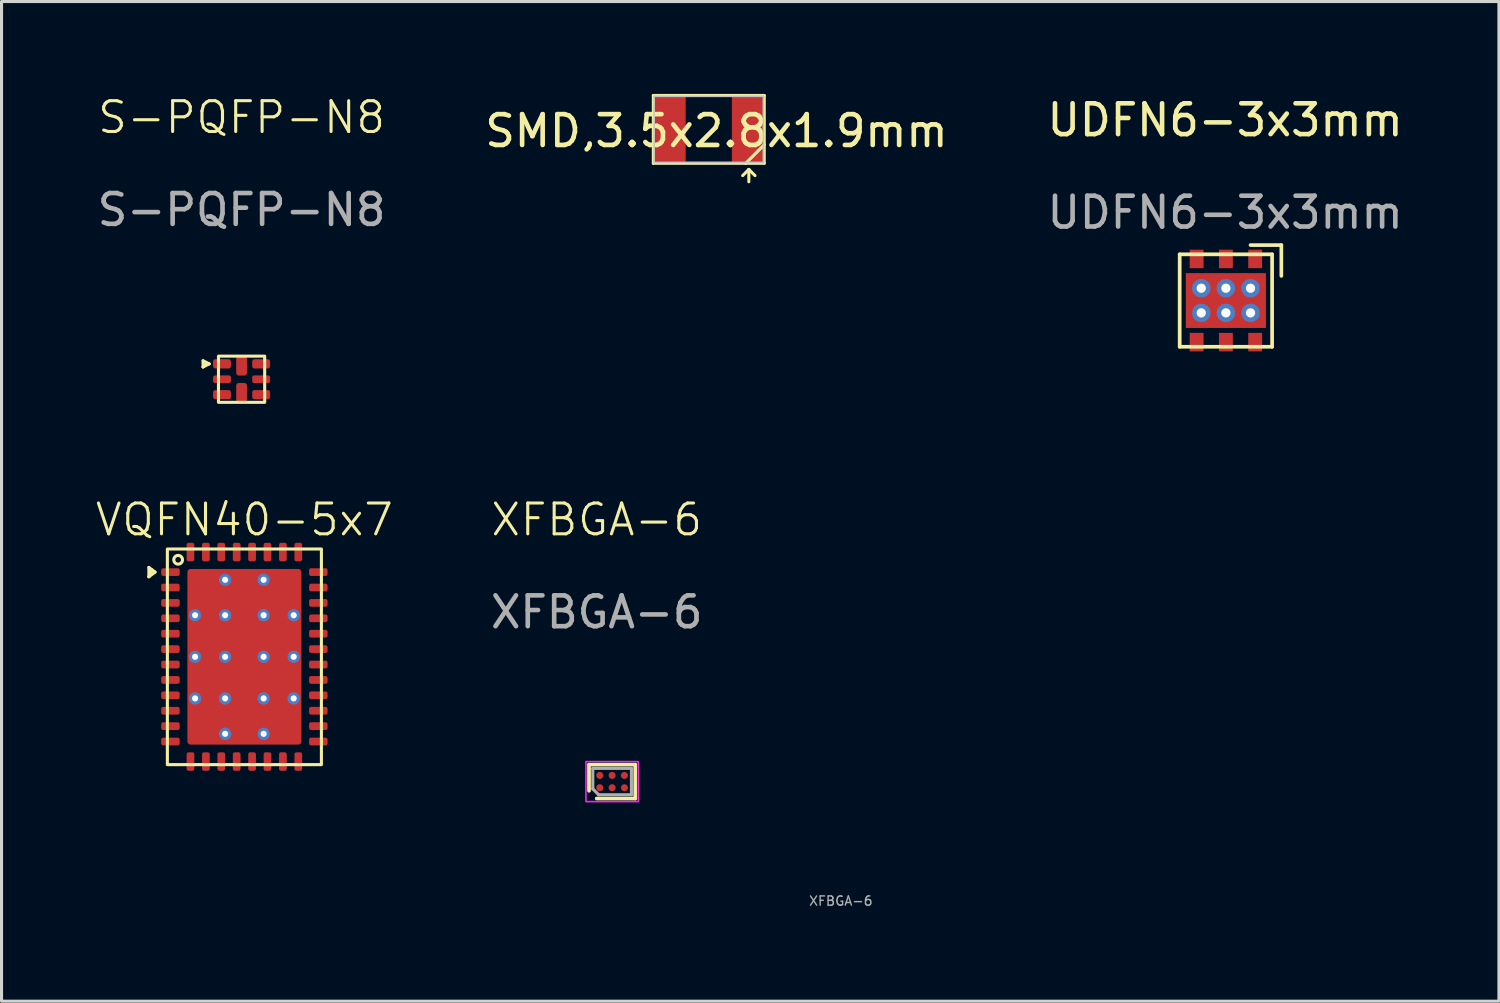
<source format=kicad_pcb>
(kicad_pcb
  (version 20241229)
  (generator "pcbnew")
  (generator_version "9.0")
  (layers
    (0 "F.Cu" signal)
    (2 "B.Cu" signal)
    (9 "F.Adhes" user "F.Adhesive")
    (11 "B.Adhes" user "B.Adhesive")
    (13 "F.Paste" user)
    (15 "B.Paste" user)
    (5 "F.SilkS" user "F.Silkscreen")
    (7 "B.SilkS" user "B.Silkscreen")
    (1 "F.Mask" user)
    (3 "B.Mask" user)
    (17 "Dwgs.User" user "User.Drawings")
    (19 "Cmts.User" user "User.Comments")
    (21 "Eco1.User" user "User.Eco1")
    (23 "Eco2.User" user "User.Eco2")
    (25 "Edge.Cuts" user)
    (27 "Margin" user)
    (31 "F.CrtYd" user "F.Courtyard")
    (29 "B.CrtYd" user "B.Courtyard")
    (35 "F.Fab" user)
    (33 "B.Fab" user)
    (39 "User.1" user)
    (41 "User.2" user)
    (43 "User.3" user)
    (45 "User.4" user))
  (footprint "UDFN6-3x3mm"
    (layer "F.Cu")
    (at 36.744 6.706)
    (property "Reference" "UDFN6-3x3mm" (at -0.024 -5.858 0) (unlocked yes) (layer "F.SilkS") (effects (font (size 1 1) (thickness 0.15))))
    (attr smd)
    (fp_line (start -1.5 -1.5) (end 1.5 -1.5) (stroke (width 0.12) (type solid)) (layer "F.SilkS"))
    (fp_line (start -1.5 1.5) (end -1.5 -1.5) (stroke (width 0.12) (type solid)) (layer "F.SilkS"))
    (fp_line (start 0.8 -1.8) (end 1.8 -1.8) (stroke (width 0.12) (type solid)) (layer "F.SilkS"))
    (fp_line (start 1.5 -1.5) (end 1.5 1.5) (stroke (width 0.12) (type solid)) (layer "F.SilkS"))
    (fp_line (start 1.5 1.5) (end -1.5 1.5) (stroke (width 0.12) (type solid)) (layer "F.SilkS"))
    (fp_line (start 1.8 -1.8) (end 1.8 -0.8) (stroke (width 0.12) (type solid)) (layer "F.SilkS"))
    (fp_text user "${REFERENCE}" (at -0.024 -2.858 0) (unlocked yes) (layer "F.Fab") (effects (font (size 1 1) (thickness 0.15))))
    (pad "1" smd rect (at 0.95 -1.35) (size 0.45 0.6) (layers "F.Cu" "F.Mask" "F.Paste"))
    (pad "2" smd rect (at 0 -1.35) (size 0.45 0.6) (layers "F.Cu" "F.Mask" "F.Paste"))
    (pad "3" smd rect (at -0.95 -1.35) (size 0.45 0.6) (layers "F.Cu" "F.Mask" "F.Paste"))
    (pad "4" smd rect (at -0.95 1.35) (size 0.45 0.6) (layers "F.Cu" "F.Mask" "F.Paste"))
    (pad "5" smd rect (at 0 1.35) (size 0.45 0.6) (layers "F.Cu" "F.Mask" "F.Paste"))
    (pad "6" smd rect (at 0.95 1.35) (size 0.45 0.6) (layers "F.Cu" "F.Mask" "F.Paste"))
    (pad "7" thru_hole circle (at -0.8 -0.4) (size 0.6 0.6) (drill 0.3) (layers "*.Cu" "*.Mask"))
    (pad "7" thru_hole circle (at -0.8 0.4) (size 0.6 0.6) (drill 0.3) (layers "*.Cu" "*.Mask"))
    (pad "7" thru_hole circle (at 0 -0.4) (size 0.6 0.6) (drill 0.3) (layers "*.Cu" "*.Mask"))
    (pad "7" smd rect (at 0 0) (size 2.6 1.78) (layers "F.Cu" "F.Mask" "F.Paste"))
    (pad "7" thru_hole circle (at 0 0.4) (size 0.6 0.6) (drill 0.3) (layers "*.Cu" "*.Mask"))
    (pad "7" thru_hole circle (at 0.8 -0.4) (size 0.6 0.6) (drill 0.3) (layers "*.Cu" "*.Mask"))
    (pad "7" thru_hole circle (at 0.8 0.4) (size 0.6 0.6) (drill 0.3) (layers "*.Cu" "*.Mask")))
  (footprint "VQFN40-5x7"
    (layer "F.Cu")
    (at 4.883 18.271)
    (property "Reference" "VQFN40-5x7" (at 0 -4.45 0) (unlocked yes) (layer "F.SilkS") (effects (font (size 1 1) (thickness 0.1))))
    (attr smd)
    (fp_line (start -3.1 -2.9) (end -3.1 -2.6) (stroke (width 0.1) (type default)) (layer "F.SilkS"))
    (fp_line (start -3.1 -2.6) (end -3 -2.825) (stroke (width 0.1) (type default)) (layer "F.SilkS"))
    (fp_line (start -3.1 -2.6) (end -2.9 -2.75) (stroke (width 0.1) (type default)) (layer "F.SilkS"))
    (fp_line (start -2.9 -2.75) (end -3.1 -2.9) (stroke (width 0.1) (type default)) (layer "F.SilkS"))
    (fp_rect (start -2.5 -3.5) (end 2.5 3.5) (stroke (width 0.1) (type default)) (fill no) (layer "F.SilkS"))
    (fp_circle (center -2.15 -3.15) (end -2.05 -3.05) (stroke (width 0.1) (type default)) (fill no) (layer "F.SilkS"))
    (pad "1" smd roundrect (at -2.4 -2.75) (size 0.6 0.25) (layers "F.Cu" "F.Mask" "F.Paste") (roundrect_rratio 0.25))
    (pad "2" smd roundrect (at -2.4 -2.25) (size 0.6 0.25) (layers "F.Cu" "F.Mask" "F.Paste") (roundrect_rratio 0.25))
    (pad "3" smd roundrect (at -2.4 -1.75) (size 0.6 0.25) (layers "F.Cu" "F.Mask" "F.Paste") (roundrect_rratio 0.25))
    (pad "4" smd roundrect (at -2.4 -1.25) (size 0.6 0.25) (layers "F.Cu" "F.Mask" "F.Paste") (roundrect_rratio 0.25))
    (pad "5" smd roundrect (at -2.4 -0.75) (size 0.6 0.25) (layers "F.Cu" "F.Mask" "F.Paste") (roundrect_rratio 0.25))
    (pad "6" smd roundrect (at -2.4 -0.25) (size 0.6 0.25) (layers "F.Cu" "F.Mask" "F.Paste") (roundrect_rratio 0.25))
    (pad "7" smd roundrect (at -2.4 0.25) (size 0.6 0.25) (layers "F.Cu" "F.Mask" "F.Paste") (roundrect_rratio 0.25))
    (pad "8" smd roundrect (at -2.4 0.75) (size 0.6 0.25) (layers "F.Cu" "F.Mask" "F.Paste") (roundrect_rratio 0.25))
    (pad "9" smd roundrect (at -2.4 1.25) (size 0.6 0.25) (layers "F.Cu" "F.Mask" "F.Paste") (roundrect_rratio 0.25))
    (pad "10" smd roundrect (at -2.4 1.75) (size 0.6 0.25) (layers "F.Cu" "F.Mask" "F.Paste") (roundrect_rratio 0.25))
    (pad "11" smd roundrect (at -2.4 2.25) (size 0.6 0.25) (layers "F.Cu" "F.Mask" "F.Paste") (roundrect_rratio 0.25))
    (pad "12" smd roundrect (at -2.4 2.75) (size 0.6 0.25) (layers "F.Cu" "F.Mask" "F.Paste") (roundrect_rratio 0.25))
    (pad "13" smd roundrect (at -1.75 3.4 90) (size 0.6 0.25) (layers "F.Cu" "F.Mask" "F.Paste") (roundrect_rratio 0.25))
    (pad "14" smd roundrect (at -1.25 3.4 90) (size 0.6 0.25) (layers "F.Cu" "F.Mask" "F.Paste") (roundrect_rratio 0.25))
    (pad "15" smd roundrect (at -0.75 3.4 90) (size 0.6 0.25) (layers "F.Cu" "F.Mask" "F.Paste") (roundrect_rratio 0.25))
    (pad "16" smd roundrect (at -0.25 3.4 90) (size 0.6 0.25) (layers "F.Cu" "F.Mask" "F.Paste") (roundrect_rratio 0.25))
    (pad "17" smd roundrect (at 0.25 3.4 90) (size 0.6 0.25) (layers "F.Cu" "F.Mask" "F.Paste") (roundrect_rratio 0.25))
    (pad "18" smd roundrect (at 0.75 3.4 90) (size 0.6 0.25) (layers "F.Cu" "F.Mask" "F.Paste") (roundrect_rratio 0.25))
    (pad "19" smd roundrect (at 1.25 3.4 90) (size 0.6 0.25) (layers "F.Cu" "F.Mask" "F.Paste") (roundrect_rratio 0.25))
    (pad "20" smd roundrect (at 1.75 3.4 90) (size 0.6 0.25) (layers "F.Cu" "F.Mask" "F.Paste") (roundrect_rratio 0.25))
    (pad "21" smd roundrect (at 2.4 2.75) (size 0.6 0.25) (layers "F.Cu" "F.Mask" "F.Paste") (roundrect_rratio 0.25))
    (pad "22" smd roundrect (at 2.4 2.25) (size 0.6 0.25) (layers "F.Cu" "F.Mask" "F.Paste") (roundrect_rratio 0.25))
    (pad "23" smd roundrect (at 2.4 1.75) (size 0.6 0.25) (layers "F.Cu" "F.Mask" "F.Paste") (roundrect_rratio 0.25))
    (pad "24" smd roundrect (at 2.4 1.25) (size 0.6 0.25) (layers "F.Cu" "F.Mask" "F.Paste") (roundrect_rratio 0.25))
    (pad "25" smd roundrect (at 2.4 0.75) (size 0.6 0.25) (layers "F.Cu" "F.Mask" "F.Paste") (roundrect_rratio 0.25))
    (pad "26" smd roundrect (at 2.4 0.25) (size 0.6 0.25) (layers "F.Cu" "F.Mask" "F.Paste") (roundrect_rratio 0.25))
    (pad "27" smd roundrect (at 2.4 -0.25) (size 0.6 0.25) (layers "F.Cu" "F.Mask" "F.Paste") (roundrect_rratio 0.25))
    (pad "28" smd roundrect (at 2.4 -0.75) (size 0.6 0.25) (layers "F.Cu" "F.Mask" "F.Paste") (roundrect_rratio 0.25))
    (pad "29" smd roundrect (at 2.4 -1.25) (size 0.6 0.25) (layers "F.Cu" "F.Mask" "F.Paste") (roundrect_rratio 0.25))
    (pad "30" smd roundrect (at 2.4 -1.75) (size 0.6 0.25) (layers "F.Cu" "F.Mask" "F.Paste") (roundrect_rratio 0.25))
    (pad "31" smd roundrect (at 2.4 -2.25) (size 0.6 0.25) (layers "F.Cu" "F.Mask" "F.Paste") (roundrect_rratio 0.25))
    (pad "32" smd roundrect (at 2.4 -2.75) (size 0.6 0.25) (layers "F.Cu" "F.Mask" "F.Paste") (roundrect_rratio 0.25))
    (pad "33" smd roundrect (at 1.75 -3.4 90) (size 0.6 0.25) (layers "F.Cu" "F.Mask" "F.Paste") (roundrect_rratio 0.25))
    (pad "34" smd roundrect (at 1.25 -3.4 90) (size 0.6 0.25) (layers "F.Cu" "F.Mask" "F.Paste") (roundrect_rratio 0.25))
    (pad "35" smd roundrect (at 0.75 -3.4 90) (size 0.6 0.25) (layers "F.Cu" "F.Mask" "F.Paste") (roundrect_rratio 0.25))
    (pad "36" smd roundrect (at 0.25 -3.4 90) (size 0.6 0.25) (layers "F.Cu" "F.Mask" "F.Paste") (roundrect_rratio 0.25))
    (pad "37" smd roundrect (at -0.25 -3.4 90) (size 0.6 0.25) (layers "F.Cu" "F.Mask" "F.Paste") (roundrect_rratio 0.25))
    (pad "38" smd roundrect (at -0.75 -3.4 90) (size 0.6 0.25) (layers "F.Cu" "F.Mask" "F.Paste") (roundrect_rratio 0.25))
    (pad "39" smd roundrect (at -1.25 -3.4 90) (size 0.6 0.25) (layers "F.Cu" "F.Mask" "F.Paste") (roundrect_rratio 0.25))
    (pad "40" smd roundrect (at -1.75 -3.4 90) (size 0.6 0.25) (layers "F.Cu" "F.Mask" "F.Paste") (roundrect_rratio 0.25))
    (pad "41" thru_hole circle (at -1.6 -1.35 90) (size 0.4 0.4) (drill 0.2) (layers "*.Cu"))
    (pad "41" thru_hole circle (at -1.6 0 90) (size 0.4 0.4) (drill 0.2) (layers "*.Cu"))
    (pad "41" thru_hole circle (at -1.6 1.35 90) (size 0.4 0.4) (drill 0.2) (layers "*.Cu"))
    (pad "41" thru_hole circle (at -0.625 -2.5 90) (size 0.4 0.4) (drill 0.2) (layers "*.Cu"))
    (pad "41" thru_hole circle (at -0.625 -1.35 90) (size 0.4 0.4) (drill 0.2) (layers "*.Cu"))
    (pad "41" thru_hole circle (at -0.625 0 90) (size 0.4 0.4) (drill 0.2) (layers "*.Cu"))
    (pad "41" thru_hole circle (at -0.625 1.35 90) (size 0.4 0.4) (drill 0.2) (layers "*.Cu"))
    (pad "41" thru_hole circle (at -0.625 2.5 90) (size 0.4 0.4) (drill 0.2) (layers "*.Cu"))
    (pad "41" smd roundrect (at 0 0 90) (size 5.7 3.7) (layers "F.Cu" "F.Mask" "F.Paste") (roundrect_rratio 0.027))
    (pad "41" thru_hole circle (at 0.625 -2.5 90) (size 0.4 0.4) (drill 0.2) (layers "*.Cu"))
    (pad "41" thru_hole circle (at 0.625 -1.35 90) (size 0.4 0.4) (drill 0.2) (layers "*.Cu"))
    (pad "41" thru_hole circle (at 0.625 0 90) (size 0.4 0.4) (drill 0.2) (layers "*.Cu"))
    (pad "41" thru_hole circle (at 0.625 1.35 90) (size 0.4 0.4) (drill 0.2) (layers "*.Cu"))
    (pad "41" thru_hole circle (at 0.625 2.5 90) (size 0.4 0.4) (drill 0.2) (layers "*.Cu"))
    (pad "41" thru_hole circle (at 1.6 -1.35 90) (size 0.4 0.4) (drill 0.2) (layers "*.Cu"))
    (pad "41" thru_hole circle (at 1.6 0 90) (size 0.4 0.4) (drill 0.2) (layers "*.Cu"))
    (pad "41" thru_hole circle (at 1.6 1.35 90) (size 0.4 0.4) (drill 0.2) (layers "*.Cu")))
  (footprint "S-PQFP-N8"
    (layer "F.Cu")
    (at 4.792 9.261)
    (property "Reference" "S-PQFP-N8" (at 0 -8.5 0) (unlocked yes) (layer "F.SilkS") (effects (font (size 1 1) (thickness 0.1))))
    (attr smd)
    (fp_line (start -1.25 -0.6) (end -1.25 -0.4) (stroke (width 0.1) (type default)) (layer "F.SilkS"))
    (fp_line (start -1.25 -0.4) (end -1.15 -0.5) (stroke (width 0.1) (type default)) (layer "F.SilkS"))
    (fp_line (start -1.25 -0.4) (end -1.05 -0.5) (stroke (width 0.1) (type default)) (layer "F.SilkS"))
    (fp_line (start -1.05 -0.5) (end -1.25 -0.6) (stroke (width 0.1) (type default)) (layer "F.SilkS"))
    (fp_rect (start 0.75 0.75) (end -0.75 -0.75) (stroke (width 0.1) (type default)) (fill no) (layer "F.SilkS"))
    (fp_text user "${REFERENCE}" (at 0 -5.5 0) (unlocked yes) (layer "F.Fab") (effects (font (size 1 1) (thickness 0.15))))
    (pad "1" smd roundrect (at -0.635 -0.5 180) (size 0.58 0.3) (layers "F.Cu" "F.Mask" "F.Paste") (roundrect_rratio 0.25))
    (pad "2" smd roundrect (at -0.635 0 180) (size 0.58 0.25) (layers "F.Cu" "F.Mask" "F.Paste") (roundrect_rratio 0.25))
    (pad "3" smd roundrect (at -0.635 0.5 180) (size 0.58 0.3) (layers "F.Cu" "F.Mask" "F.Paste") (roundrect_rratio 0.25))
    (pad "4" smd roundrect (at 0 0.435 270) (size 0.63 0.35) (layers "F.Cu" "F.Mask" "F.Paste") (roundrect_rratio 0.25))
    (pad "5" smd roundrect (at 0.635 0.5 180) (size 0.58 0.3) (layers "F.Cu" "F.Mask" "F.Paste") (roundrect_rratio 0.25))
    (pad "6" smd roundrect (at 0.635 0 180) (size 0.58 0.25) (layers "F.Cu" "F.Mask" "F.Paste") (roundrect_rratio 0.25))
    (pad "7" smd roundrect (at 0.635 -0.5 180) (size 0.58 0.3) (layers "F.Cu" "F.Mask" "F.Paste") (roundrect_rratio 0.25))
    (pad "8" smd roundrect (at 0 -0.435 270) (size 0.63 0.35) (layers "F.Cu" "F.Mask" "F.Paste") (roundrect_rratio 0.25)))
  (footprint "XFBGA-6"
    (layer "F.Cu")
    (at 16.82 22.321)
    (property "Reference" "XFBGA-6" (at -0.5 -8.5 0) (unlocked yes) (layer "F.SilkS") (effects (font (size 1 1) (thickness 0.1))))
    (attr smd)
    (fp_line (start -0.75 -0.55) (end 0.75 -0.55) (stroke (width 0.12) (type solid)) (layer "F.SilkS"))
    (fp_line (start -0.75 0.3) (end -0.75 -0.55) (stroke (width 0.12) (type solid)) (layer "F.SilkS"))
    (fp_line (start 0.75 -0.55) (end 0.75 0.55) (stroke (width 0.12) (type solid)) (layer "F.SilkS"))
    (fp_line (start 0.75 0.55) (end -0.5 0.55) (stroke (width 0.12) (type solid)) (layer "F.SilkS"))
    (fp_rect (start -0.475 -0.125) (end -0.325 -0.275) (stroke (width 0.1) (type solid)) (fill yes) (layer "F.Paste"))
    (fp_rect (start -0.475 0.275) (end -0.325 0.125) (stroke (width 0.1) (type solid)) (fill yes) (layer "F.Paste"))
    (fp_rect (start -0.075 -0.125) (end 0.075 -0.275) (stroke (width 0.1) (type solid)) (fill yes) (layer "F.Paste"))
    (fp_rect (start -0.075 0.275) (end 0.075 0.125) (stroke (width 0.1) (type solid)) (fill yes) (layer "F.Paste"))
    (fp_rect (start 0.325 -0.125) (end 0.475 -0.275) (stroke (width 0.1) (type solid)) (fill yes) (layer "F.Paste"))
    (fp_rect (start 0.325 0.275) (end 0.475 0.125) (stroke (width 0.1) (type solid)) (fill yes) (layer "F.Paste"))
    (fp_rect (start -0.85 -0.65) (end 0.85 0.65) (stroke (width 0.05) (type default)) (fill no) (layer "F.CrtYd"))
    (fp_line (start -0.627 -0.427) (end 0.627 -0.427) (stroke (width 0.1) (type solid)) (layer "F.Fab"))
    (fp_line (start -0.627 0.237) (end -0.627 -0.427) (stroke (width 0.1) (type solid)) (layer "F.Fab"))
    (fp_line (start -0.438 0.427) (end -0.627 0.237) (stroke (width 0.1) (type solid)) (layer "F.Fab"))
    (fp_line (start 0.627 -0.427) (end 0.627 0.427) (stroke (width 0.1) (type solid)) (layer "F.Fab"))
    (fp_line (start 0.627 0.427) (end -0.438 0.427) (stroke (width 0.1) (type solid)) (layer "F.Fab"))
    (fp_text user "${REFERENCE}" (at -0.5 -5.5 0) (unlocked yes) (layer "F.Fab") (effects (font (size 1 1) (thickness 0.15))))
    (fp_text user "${REFERENCE}" (at 7.425 3.875 0) (layer "F.Fab") (effects (font (size 0.3 0.3) (thickness 0.045))))
    (pad "A1" smd circle (at -0.4 -0.2 90) (size 0.23 0.23) (layers "F.Cu" "F.Mask"))
    (pad "A2" smd circle (at 0 -0.2 90) (size 0.23 0.23) (layers "F.Cu" "F.Mask"))
    (pad "A3" smd circle (at 0.4 -0.2 90) (size 0.23 0.23) (layers "F.Cu" "F.Mask"))
    (pad "B1" smd circle (at -0.4 0.2 90) (size 0.23 0.23) (layers "F.Cu" "F.Mask"))
    (pad "B2" smd circle (at 0 0.2 90) (size 0.23 0.23) (layers "F.Cu" "F.Mask"))
    (pad "B3" smd circle (at 0.4 0.2 90) (size 0.23 0.23) (layers "F.Cu" "F.Mask")))
  (footprint "SMD,3.5x2.8x1.9mm"
    (layer "F.Cu")
    (at 19.958 1.15)
    (property "Reference" "SMD,3.5x2.8x1.9mm" (at 0.25 0.05 0) (layer "F.SilkS") (effects (font (size 1 1) (thickness 0.15))))
    (attr smd)
    (fp_line (start -1.8 -1.1) (end 1.8 -1.1) (stroke (width 0.1) (type default)) (layer "F.SilkS"))
    (fp_line (start -1.8 1.1) (end -1.8 -1.1) (stroke (width 0.1) (type default)) (layer "F.SilkS"))
    (fp_line (start 1.2 1.1) (end 1.8 0.5) (stroke (width 0.1) (type default)) (layer "F.SilkS"))
    (fp_line (start 1.3 1.3) (end 1.1 1.5) (stroke (width 0.1) (type default)) (layer "F.SilkS"))
    (fp_line (start 1.3 1.3) (end 1.3 1.7) (stroke (width 0.1) (type default)) (layer "F.SilkS"))
    (fp_line (start 1.3 1.3) (end 1.5 1.5) (stroke (width 0.1) (type default)) (layer "F.SilkS"))
    (fp_line (start 1.8 -1.1) (end 1.8 1.1) (stroke (width 0.1) (type default)) (layer "F.SilkS"))
    (fp_line (start 1.8 1.1) (end -1.8 1.1) (stroke (width 0.1) (type default)) (layer "F.SilkS"))
    (fp_line (start -1.775 -1.075) (end 1.775 -1.075) (stroke (width 0.05) (type solid)) (layer "Dwgs.User"))
    (fp_line (start -1.775 1.075) (end -1.775 -1.075) (stroke (width 0.05) (type solid)) (layer "Dwgs.User"))
    (fp_line (start 1.775 -1.075) (end 1.775 1.075) (stroke (width 0.05) (type solid)) (layer "Dwgs.User"))
    (fp_line (start 1.775 1.075) (end -1.775 1.075) (stroke (width 0.05) (type solid)) (layer "Dwgs.User"))
    (pad "1" smd rect (at 1.25 0) (size 1 2.1) (layers "F.Cu" "F.Mask" "F.Paste"))
    (pad "2" smd rect (at -1.25 0) (size 1 2.1) (layers "F.Cu" "F.Mask" "F.Paste")))
  (gr_rect
    (start -3 -3)
    (end 45.607 29.45)
    (stroke (width 0.1) (type default))
    (fill no)
    (layer "Edge.Cuts")))
</source>
